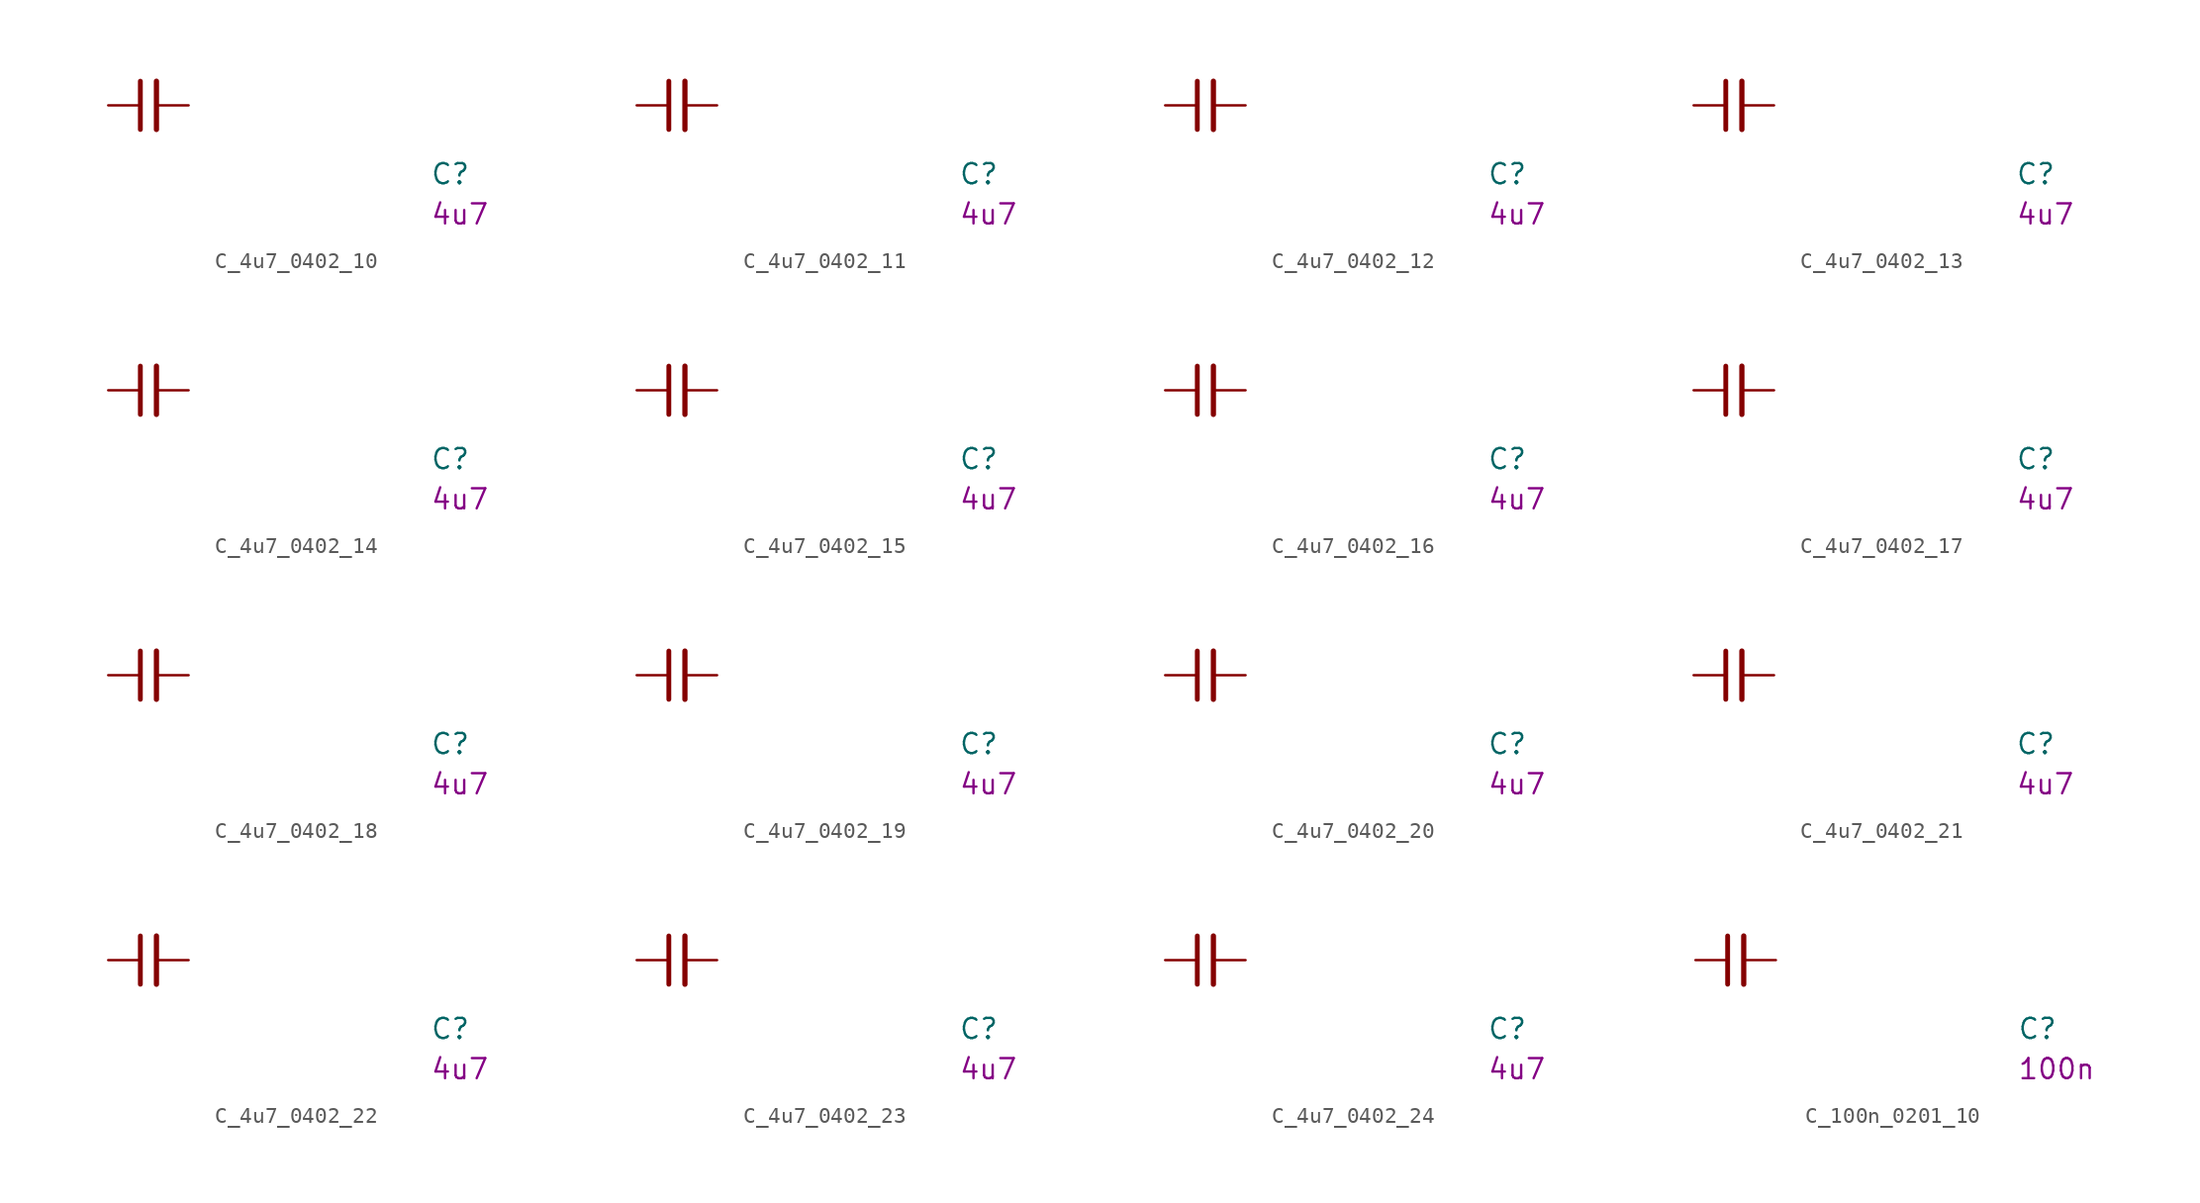
<source format=kicad_sym>
(kicad_symbol_lib
  (version 20211014)
  (generator kicad_symbol_editor)
  (symbol "data-center-rdimm-ddr5-tester:C_4u7_0402_10"
    (pin_numbers hide)
    (pin_names hide)
    (property "Reference" "C"
      (at 20.32 -5.08 0)
      (effects (font (size 1.27 1.27) (thickness 0.15)) (justify left bottom)))
    (property "Val" "4u7"
      (at 20.32 -7.62 0)
      (effects (font (size 1.27 1.27) (thickness 0.15)) (justify left bottom)))
    (symbol "C_4u7_0402_10_0_1"
      (polyline (pts (xy 2.032 -1.524) (xy 2.032 1.524)) (stroke (width 0.305) (type default)) (fill (type none)))
      (polyline (pts (xy 3.048 -1.524) (xy 3.048 1.524)) (stroke (width 0.33) (type default)) (fill (type none))))
    (symbol "C_4u7_0402_10_1_1"
      (pin passive line (at 0 0 0) (length 2.032) (name "~" (effects (font (size 1.27 1.27)))) (number "1" (effects (font (size 1.27 1.27)))))
      (pin passive line (at 5.08 0 180) (length 2.032) (name "~" (effects (font (size 1.27 1.27)))) (number "2" (effects (font (size 1.27 1.27)))))))
  (symbol "data-center-rdimm-ddr5-tester:C_4u7_0402_11"
    (pin_numbers hide)
    (pin_names hide)
    (property "Reference" "C"
      (at 20.32 -5.08 0)
      (effects (font (size 1.27 1.27) (thickness 0.15)) (justify left bottom)))
    (property "Val" "4u7"
      (at 20.32 -7.62 0)
      (effects (font (size 1.27 1.27) (thickness 0.15)) (justify left bottom)))
    (symbol "C_4u7_0402_11_0_1"
      (polyline (pts (xy 2.032 -1.524) (xy 2.032 1.524)) (stroke (width 0.305) (type default)) (fill (type none)))
      (polyline (pts (xy 3.048 -1.524) (xy 3.048 1.524)) (stroke (width 0.33) (type default)) (fill (type none))))
    (symbol "C_4u7_0402_11_1_1"
      (pin passive line (at 0 0 0) (length 2.032) (name "~" (effects (font (size 1.27 1.27)))) (number "1" (effects (font (size 1.27 1.27)))))
      (pin passive line (at 5.08 0 180) (length 2.032) (name "~" (effects (font (size 1.27 1.27)))) (number "2" (effects (font (size 1.27 1.27)))))))
  (symbol "data-center-rdimm-ddr5-tester:C_4u7_0402_12"
    (pin_numbers hide)
    (pin_names hide)
    (property "Reference" "C"
      (at 20.32 -5.08 0)
      (effects (font (size 1.27 1.27) (thickness 0.15)) (justify left bottom)))
    (property "Val" "4u7"
      (at 20.32 -7.62 0)
      (effects (font (size 1.27 1.27) (thickness 0.15)) (justify left bottom)))
    (symbol "C_4u7_0402_12_0_1"
      (polyline (pts (xy 2.032 -1.524) (xy 2.032 1.524)) (stroke (width 0.305) (type default)) (fill (type none)))
      (polyline (pts (xy 3.048 -1.524) (xy 3.048 1.524)) (stroke (width 0.33) (type default)) (fill (type none))))
    (symbol "C_4u7_0402_12_1_1"
      (pin passive line (at 0 0 0) (length 2.032) (name "~" (effects (font (size 1.27 1.27)))) (number "1" (effects (font (size 1.27 1.27)))))
      (pin passive line (at 5.08 0 180) (length 2.032) (name "~" (effects (font (size 1.27 1.27)))) (number "2" (effects (font (size 1.27 1.27)))))))
  (symbol "data-center-rdimm-ddr5-tester:C_4u7_0402_13"
    (pin_numbers hide)
    (pin_names hide)
    (property "Reference" "C"
      (at 20.32 -5.08 0)
      (effects (font (size 1.27 1.27) (thickness 0.15)) (justify left bottom)))
    (property "Val" "4u7"
      (at 20.32 -7.62 0)
      (effects (font (size 1.27 1.27) (thickness 0.15)) (justify left bottom)))
    (symbol "C_4u7_0402_13_0_1"
      (polyline (pts (xy 2.032 -1.524) (xy 2.032 1.524)) (stroke (width 0.305) (type default)) (fill (type none)))
      (polyline (pts (xy 3.048 -1.524) (xy 3.048 1.524)) (stroke (width 0.33) (type default)) (fill (type none))))
    (symbol "C_4u7_0402_13_1_1"
      (pin passive line (at 0 0 0) (length 2.032) (name "~" (effects (font (size 1.27 1.27)))) (number "1" (effects (font (size 1.27 1.27)))))
      (pin passive line (at 5.08 0 180) (length 2.032) (name "~" (effects (font (size 1.27 1.27)))) (number "2" (effects (font (size 1.27 1.27)))))))
  (symbol "data-center-rdimm-ddr5-tester:C_4u7_0402_14"
    (pin_numbers hide)
    (pin_names hide)
    (property "Reference" "C"
      (at 20.32 -5.08 0)
      (effects (font (size 1.27 1.27) (thickness 0.15)) (justify left bottom)))
    (property "Val" "4u7"
      (at 20.32 -7.62 0)
      (effects (font (size 1.27 1.27) (thickness 0.15)) (justify left bottom)))
    (symbol "C_4u7_0402_14_0_1"
      (polyline (pts (xy 2.032 -1.524) (xy 2.032 1.524)) (stroke (width 0.305) (type default)) (fill (type none)))
      (polyline (pts (xy 3.048 -1.524) (xy 3.048 1.524)) (stroke (width 0.33) (type default)) (fill (type none))))
    (symbol "C_4u7_0402_14_1_1"
      (pin passive line (at 0 0 0) (length 2.032) (name "~" (effects (font (size 1.27 1.27)))) (number "1" (effects (font (size 1.27 1.27)))))
      (pin passive line (at 5.08 0 180) (length 2.032) (name "~" (effects (font (size 1.27 1.27)))) (number "2" (effects (font (size 1.27 1.27)))))))
  (symbol "data-center-rdimm-ddr5-tester:C_4u7_0402_15"
    (pin_numbers hide)
    (pin_names hide)
    (property "Reference" "C"
      (at 20.32 -5.08 0)
      (effects (font (size 1.27 1.27) (thickness 0.15)) (justify left bottom)))
    (property "Val" "4u7"
      (at 20.32 -7.62 0)
      (effects (font (size 1.27 1.27) (thickness 0.15)) (justify left bottom)))
    (symbol "C_4u7_0402_15_0_1"
      (polyline (pts (xy 2.032 -1.524) (xy 2.032 1.524)) (stroke (width 0.305) (type default)) (fill (type none)))
      (polyline (pts (xy 3.048 -1.524) (xy 3.048 1.524)) (stroke (width 0.33) (type default)) (fill (type none))))
    (symbol "C_4u7_0402_15_1_1"
      (pin passive line (at 0 0 0) (length 2.032) (name "~" (effects (font (size 1.27 1.27)))) (number "1" (effects (font (size 1.27 1.27)))))
      (pin passive line (at 5.08 0 180) (length 2.032) (name "~" (effects (font (size 1.27 1.27)))) (number "2" (effects (font (size 1.27 1.27)))))))
  (symbol "data-center-rdimm-ddr5-tester:C_4u7_0402_16"
    (pin_numbers hide)
    (pin_names hide)
    (property "Reference" "C"
      (at 20.32 -5.08 0)
      (effects (font (size 1.27 1.27) (thickness 0.15)) (justify left bottom)))
    (property "Val" "4u7"
      (at 20.32 -7.62 0)
      (effects (font (size 1.27 1.27) (thickness 0.15)) (justify left bottom)))
    (symbol "C_4u7_0402_16_0_1"
      (polyline (pts (xy 2.032 -1.524) (xy 2.032 1.524)) (stroke (width 0.305) (type default)) (fill (type none)))
      (polyline (pts (xy 3.048 -1.524) (xy 3.048 1.524)) (stroke (width 0.33) (type default)) (fill (type none))))
    (symbol "C_4u7_0402_16_1_1"
      (pin passive line (at 0 0 0) (length 2.032) (name "~" (effects (font (size 1.27 1.27)))) (number "1" (effects (font (size 1.27 1.27)))))
      (pin passive line (at 5.08 0 180) (length 2.032) (name "~" (effects (font (size 1.27 1.27)))) (number "2" (effects (font (size 1.27 1.27)))))))
  (symbol "data-center-rdimm-ddr5-tester:C_4u7_0402_17"
    (pin_numbers hide)
    (pin_names hide)
    (property "Reference" "C"
      (at 20.32 -5.08 0)
      (effects (font (size 1.27 1.27) (thickness 0.15)) (justify left bottom)))
    (property "Val" "4u7"
      (at 20.32 -7.62 0)
      (effects (font (size 1.27 1.27) (thickness 0.15)) (justify left bottom)))
    (symbol "C_4u7_0402_17_0_1"
      (polyline (pts (xy 2.032 -1.524) (xy 2.032 1.524)) (stroke (width 0.305) (type default)) (fill (type none)))
      (polyline (pts (xy 3.048 -1.524) (xy 3.048 1.524)) (stroke (width 0.33) (type default)) (fill (type none))))
    (symbol "C_4u7_0402_17_1_1"
      (pin passive line (at 0 0 0) (length 2.032) (name "~" (effects (font (size 1.27 1.27)))) (number "1" (effects (font (size 1.27 1.27)))))
      (pin passive line (at 5.08 0 180) (length 2.032) (name "~" (effects (font (size 1.27 1.27)))) (number "2" (effects (font (size 1.27 1.27)))))))
  (symbol "data-center-rdimm-ddr5-tester:C_4u7_0402_18"
    (pin_numbers hide)
    (pin_names hide)
    (property "Reference" "C"
      (at 20.32 -5.08 0)
      (effects (font (size 1.27 1.27) (thickness 0.15)) (justify left bottom)))
    (property "Val" "4u7"
      (at 20.32 -7.62 0)
      (effects (font (size 1.27 1.27) (thickness 0.15)) (justify left bottom)))
    (symbol "C_4u7_0402_18_0_1"
      (polyline (pts (xy 2.032 -1.524) (xy 2.032 1.524)) (stroke (width 0.305) (type default)) (fill (type none)))
      (polyline (pts (xy 3.048 -1.524) (xy 3.048 1.524)) (stroke (width 0.33) (type default)) (fill (type none))))
    (symbol "C_4u7_0402_18_1_1"
      (pin passive line (at 0 0 0) (length 2.032) (name "~" (effects (font (size 1.27 1.27)))) (number "1" (effects (font (size 1.27 1.27)))))
      (pin passive line (at 5.08 0 180) (length 2.032) (name "~" (effects (font (size 1.27 1.27)))) (number "2" (effects (font (size 1.27 1.27)))))))
  (symbol "data-center-rdimm-ddr5-tester:C_4u7_0402_19"
    (pin_numbers hide)
    (pin_names hide)
    (property "Reference" "C"
      (at 20.32 -5.08 0)
      (effects (font (size 1.27 1.27) (thickness 0.15)) (justify left bottom)))
    (property "Val" "4u7"
      (at 20.32 -7.62 0)
      (effects (font (size 1.27 1.27) (thickness 0.15)) (justify left bottom)))
    (symbol "C_4u7_0402_19_0_1"
      (polyline (pts (xy 2.032 -1.524) (xy 2.032 1.524)) (stroke (width 0.305) (type default)) (fill (type none)))
      (polyline (pts (xy 3.048 -1.524) (xy 3.048 1.524)) (stroke (width 0.33) (type default)) (fill (type none))))
    (symbol "C_4u7_0402_19_1_1"
      (pin passive line (at 0 0 0) (length 2.032) (name "~" (effects (font (size 1.27 1.27)))) (number "1" (effects (font (size 1.27 1.27)))))
      (pin passive line (at 5.08 0 180) (length 2.032) (name "~" (effects (font (size 1.27 1.27)))) (number "2" (effects (font (size 1.27 1.27)))))))
  (symbol "data-center-rdimm-ddr5-tester:C_4u7_0402_20"
    (pin_numbers hide)
    (pin_names hide)
    (property "Reference" "C"
      (at 20.32 -5.08 0)
      (effects (font (size 1.27 1.27) (thickness 0.15)) (justify left bottom)))
    (property "Val" "4u7"
      (at 20.32 -7.62 0)
      (effects (font (size 1.27 1.27) (thickness 0.15)) (justify left bottom)))
    (symbol "C_4u7_0402_20_0_1"
      (polyline (pts (xy 2.032 -1.524) (xy 2.032 1.524)) (stroke (width 0.305) (type default)) (fill (type none)))
      (polyline (pts (xy 3.048 -1.524) (xy 3.048 1.524)) (stroke (width 0.33) (type default)) (fill (type none))))
    (symbol "C_4u7_0402_20_1_1"
      (pin passive line (at 0 0 0) (length 2.032) (name "~" (effects (font (size 1.27 1.27)))) (number "1" (effects (font (size 1.27 1.27)))))
      (pin passive line (at 5.08 0 180) (length 2.032) (name "~" (effects (font (size 1.27 1.27)))) (number "2" (effects (font (size 1.27 1.27)))))))
  (symbol "data-center-rdimm-ddr5-tester:C_4u7_0402_21"
    (pin_numbers hide)
    (pin_names hide)
    (property "Reference" "C"
      (at 20.32 -5.08 0)
      (effects (font (size 1.27 1.27) (thickness 0.15)) (justify left bottom)))
    (property "Val" "4u7"
      (at 20.32 -7.62 0)
      (effects (font (size 1.27 1.27) (thickness 0.15)) (justify left bottom)))
    (symbol "C_4u7_0402_21_0_1"
      (polyline (pts (xy 2.032 -1.524) (xy 2.032 1.524)) (stroke (width 0.305) (type default)) (fill (type none)))
      (polyline (pts (xy 3.048 -1.524) (xy 3.048 1.524)) (stroke (width 0.33) (type default)) (fill (type none))))
    (symbol "C_4u7_0402_21_1_1"
      (pin passive line (at 0 0 0) (length 2.032) (name "~" (effects (font (size 1.27 1.27)))) (number "1" (effects (font (size 1.27 1.27)))))
      (pin passive line (at 5.08 0 180) (length 2.032) (name "~" (effects (font (size 1.27 1.27)))) (number "2" (effects (font (size 1.27 1.27)))))))
  (symbol "data-center-rdimm-ddr5-tester:C_4u7_0402_22"
    (pin_numbers hide)
    (pin_names hide)
    (property "Reference" "C"
      (at 20.32 -5.08 0)
      (effects (font (size 1.27 1.27) (thickness 0.15)) (justify left bottom)))
    (property "Val" "4u7"
      (at 20.32 -7.62 0)
      (effects (font (size 1.27 1.27) (thickness 0.15)) (justify left bottom)))
    (symbol "C_4u7_0402_22_0_1"
      (polyline (pts (xy 2.032 -1.524) (xy 2.032 1.524)) (stroke (width 0.305) (type default)) (fill (type none)))
      (polyline (pts (xy 3.048 -1.524) (xy 3.048 1.524)) (stroke (width 0.33) (type default)) (fill (type none))))
    (symbol "C_4u7_0402_22_1_1"
      (pin passive line (at 0 0 0) (length 2.032) (name "~" (effects (font (size 1.27 1.27)))) (number "1" (effects (font (size 1.27 1.27)))))
      (pin passive line (at 5.08 0 180) (length 2.032) (name "~" (effects (font (size 1.27 1.27)))) (number "2" (effects (font (size 1.27 1.27)))))))
  (symbol "data-center-rdimm-ddr5-tester:C_4u7_0402_23"
    (pin_numbers hide)
    (pin_names hide)
    (property "Reference" "C"
      (at 20.32 -5.08 0)
      (effects (font (size 1.27 1.27) (thickness 0.15)) (justify left bottom)))
    (property "Val" "4u7"
      (at 20.32 -7.62 0)
      (effects (font (size 1.27 1.27) (thickness 0.15)) (justify left bottom)))
    (symbol "C_4u7_0402_23_0_1"
      (polyline (pts (xy 2.032 -1.524) (xy 2.032 1.524)) (stroke (width 0.305) (type default)) (fill (type none)))
      (polyline (pts (xy 3.048 -1.524) (xy 3.048 1.524)) (stroke (width 0.33) (type default)) (fill (type none))))
    (symbol "C_4u7_0402_23_1_1"
      (pin passive line (at 0 0 0) (length 2.032) (name "~" (effects (font (size 1.27 1.27)))) (number "1" (effects (font (size 1.27 1.27)))))
      (pin passive line (at 5.08 0 180) (length 2.032) (name "~" (effects (font (size 1.27 1.27)))) (number "2" (effects (font (size 1.27 1.27)))))))
  (symbol "data-center-rdimm-ddr5-tester:C_4u7_0402_24"
    (pin_numbers hide)
    (pin_names hide)
    (property "Reference" "C"
      (at 20.32 -5.08 0)
      (effects (font (size 1.27 1.27) (thickness 0.15)) (justify left bottom)))
    (property "Val" "4u7"
      (at 20.32 -7.62 0)
      (effects (font (size 1.27 1.27) (thickness 0.15)) (justify left bottom)))
    (symbol "C_4u7_0402_24_0_1"
      (polyline (pts (xy 2.032 -1.524) (xy 2.032 1.524)) (stroke (width 0.305) (type default)) (fill (type none)))
      (polyline (pts (xy 3.048 -1.524) (xy 3.048 1.524)) (stroke (width 0.33) (type default)) (fill (type none))))
    (symbol "C_4u7_0402_24_1_1"
      (pin passive line (at 0 0 0) (length 2.032) (name "~" (effects (font (size 1.27 1.27)))) (number "1" (effects (font (size 1.27 1.27)))))
      (pin passive line (at 5.08 0 180) (length 2.032) (name "~" (effects (font (size 1.27 1.27)))) (number "2" (effects (font (size 1.27 1.27)))))))
  (symbol "data-center-rdimm-ddr5-tester:C_100n_0201_10"
    (pin_numbers hide)
    (pin_names hide)
    (property "Reference" "C"
      (at 20.32 -5.08 0)
      (effects (font (size 1.27 1.27) (thickness 0.15)) (justify left bottom)))
    (property "Val" "100n"
      (at 20.32 -7.62 0)
      (effects (font (size 1.27 1.27) (thickness 0.15)) (justify left bottom)))
    (symbol "C_100n_0201_10_0_1"
      (polyline (pts (xy 2.032 -1.524) (xy 2.032 1.524)) (stroke (width 0.305) (type default)) (fill (type none)))
      (polyline (pts (xy 3.048 -1.524) (xy 3.048 1.524)) (stroke (width 0.33) (type default)) (fill (type none))))
    (symbol "C_100n_0201_10_1_1"
      (pin passive line (at 0 0 0) (length 2.032) (name "~" (effects (font (size 1.27 1.27)))) (number "1" (effects (font (size 1.27 1.27)))))
      (pin passive line (at 5.08 0 180) (length 2.032) (name "~" (effects (font (size 1.27 1.27)))) (number "2" (effects (font (size 1.27 1.27))))))))
</source>
